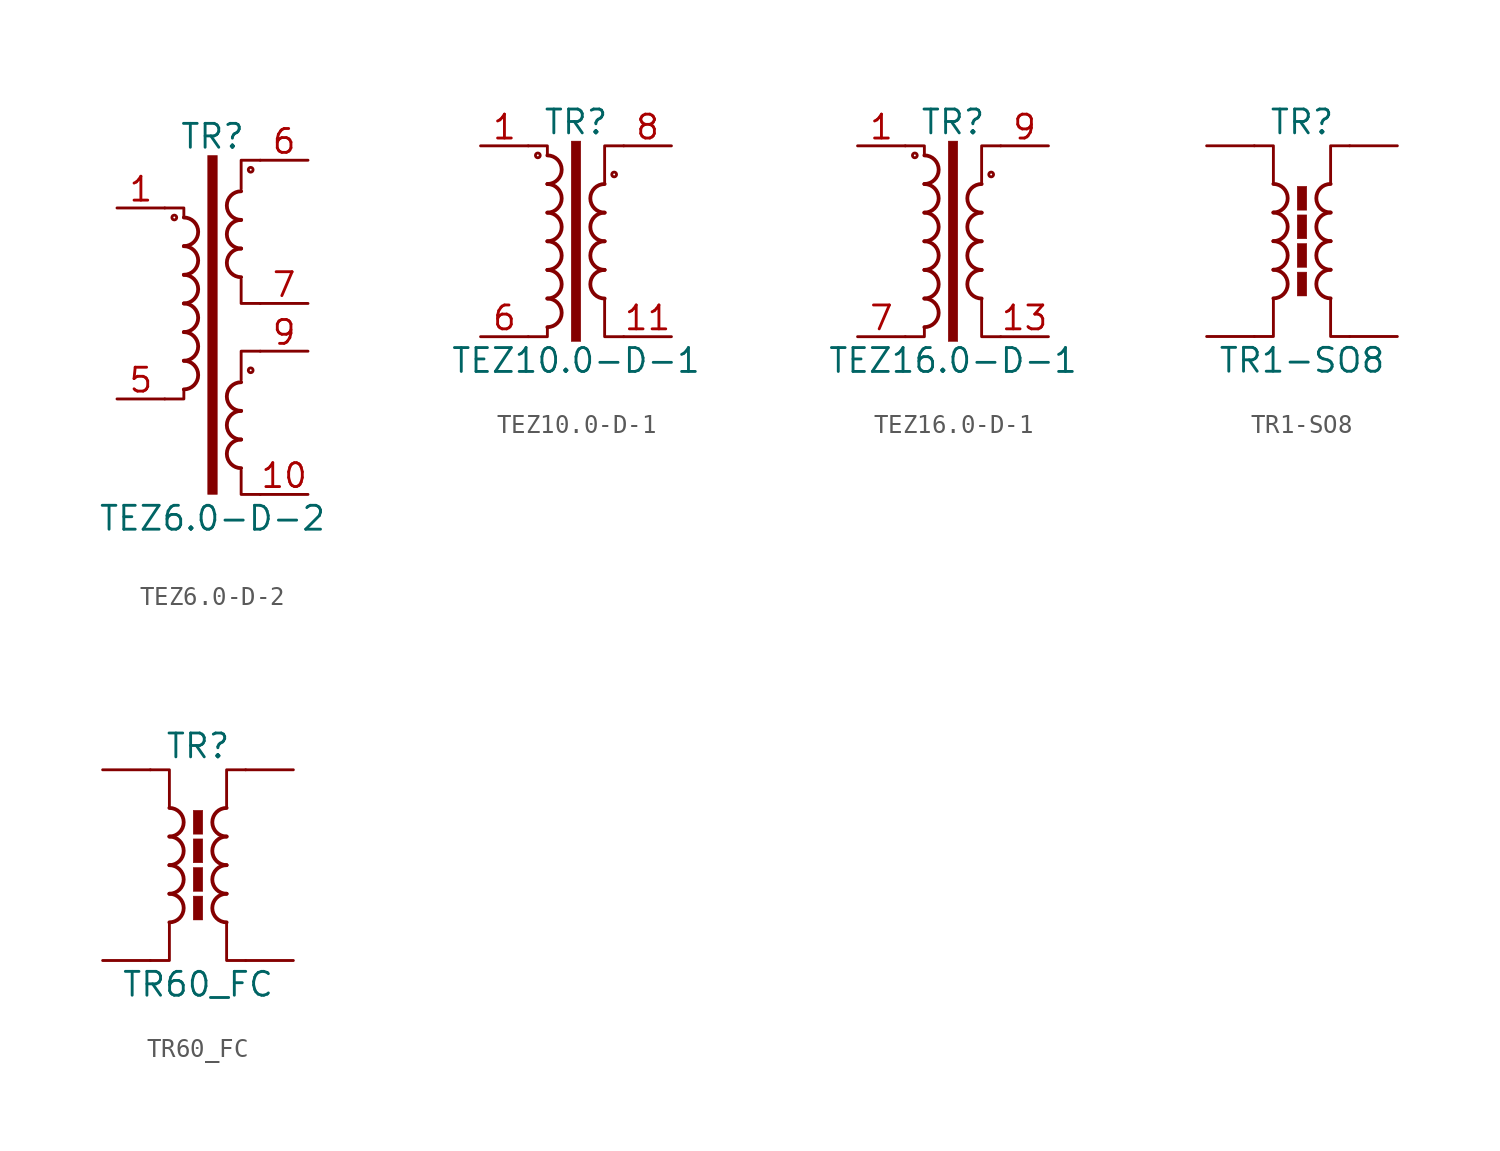
<source format=kicad_sym>
(kicad_symbol_lib
  (version 20241209)
  (generator "kicad_symbol_editor")
  (generator_version "9.0")
  (symbol "TEZ6.0-D-2"
    (pin_names
      (offset 0.025))
    (property "Reference" "TR"
      (at 0 8.89 0)
      (effects (font (size 1.27 1.27))))
    (property "Value" "TEZ6.0-D-2"
      (at 0 -11.43 0)
      (effects (font (size 1.27 1.27))))
    (symbol "TEZ6.0-D-2_0_1"
      (circle (center -2.032 4.572) (radius 0.127) (stroke (width 0) (type default)) (fill (type none)))
      (arc (start -1.524 4.572) (mid -0.7653 3.81) (end -1.524 3.048) (stroke (width 0.2032) (type default)) (fill (type none)))
      (arc (start -1.524 3.048) (mid -0.7653 2.286) (end -1.524 1.524) (stroke (width 0.2032) (type default)) (fill (type none)))
      (arc (start -1.524 1.524) (mid -0.7653 0.762) (end -1.524 0) (stroke (width 0.2032) (type default)) (fill (type none)))
      (arc (start -1.524 0) (mid -0.7653 -0.762) (end -1.524 -1.524) (stroke (width 0.2032) (type default)) (fill (type none)))
      (arc (start -1.524 -1.524) (mid -0.7653 -2.286) (end -1.524 -3.048) (stroke (width 0.2032) (type default)) (fill (type none)))
      (arc (start -1.524 -3.048) (mid -0.7653 -3.81) (end -1.524 -4.572) (stroke (width 0.2032) (type default)) (fill (type none)))
      (polyline (pts (xy -1.524 4.572) (xy -1.524 5.08) (xy -2.54 5.08)) (stroke (width 0) (type default)) (fill (type none)))
      (polyline (pts (xy -1.524 -4.572) (xy -1.524 -5.08) (xy -2.54 -5.08)) (stroke (width 0) (type default)) (fill (type none)))
      (rectangle (start -0.254 7.874) (end 0.254 -10.16) (stroke (width 0.025) (type default)) (fill (type outline)))
      (polyline (pts (xy 1.524 -8.89) (xy 1.524 -10.16) (xy 2.54 -10.16)) (stroke (width 0) (type default)) (fill (type none)))
      (arc (start 1.524 4.445) (mid 0.7653 5.207) (end 1.524 5.969) (stroke (width 0.2032) (type default)) (fill (type none)))
      (arc (start 1.524 2.921) (mid 0.7653 3.683) (end 1.524 4.445) (stroke (width 0.2032) (type default)) (fill (type none)))
      (arc (start 1.524 1.397) (mid 0.7653 2.159) (end 1.524 2.921) (stroke (width 0.2032) (type default)) (fill (type none)))
      (arc (start 1.524 -5.715) (mid 0.7653 -4.953) (end 1.524 -4.191) (stroke (width 0.2032) (type default)) (fill (type none)))
      (arc (start 1.524 -7.239) (mid 0.7653 -6.477) (end 1.524 -5.715) (stroke (width 0.2032) (type default)) (fill (type none)))
      (arc (start 1.524 -8.763) (mid 0.7653 -8.001) (end 1.524 -7.239) (stroke (width 0.2032) (type default)) (fill (type none)))
      (circle (center 2.032 7.112) (radius 0.127) (stroke (width 0) (type default)) (fill (type none)))
      (circle (center 2.032 -3.556) (radius 0.127) (stroke (width 0) (type default)) (fill (type none)))
      (polyline (pts (xy 2.54 7.62) (xy 1.524 7.62) (xy 1.524 6.096)) (stroke (width 0) (type default)) (fill (type none)))
      (polyline (pts (xy 2.54 0) (xy 1.524 0) (xy 1.524 1.27)) (stroke (width 0) (type default)) (fill (type none)))
      (polyline (pts (xy 2.54 -2.54) (xy 1.524 -2.54) (xy 1.524 -4.064)) (stroke (width 0) (type default)) (fill (type none))))
    (symbol "TEZ6.0-D-2_1_1"
      (pin passive line (at -5.08 5.08 0) (length 2.54) (name "~" (effects (font (size 1.27 1.27)))) (number "1" (effects (font (size 1.27 1.27)))))
      (pin passive line (at -5.08 -5.08 0) (length 2.54) (name "~" (effects (font (size 1.27 1.27)))) (number "5" (effects (font (size 1.27 1.27)))))
      (pin passive line (at 5.08 7.62 180) (length 2.54) (name "~" (effects (font (size 1.27 1.27)))) (number "6" (effects (font (size 1.27 1.27)))))
      (pin passive line (at 5.08 0 180) (length 2.54) (name "~" (effects (font (size 1.27 1.27)))) (number "7" (effects (font (size 1.27 1.27)))))
      (pin passive line (at 5.08 -2.54 180) (length 2.54) (name "~" (effects (font (size 1.27 1.27)))) (number "9" (effects (font (size 1.27 1.27)))))
      (pin passive line (at 5.08 -10.16 180) (length 2.54) (name "~" (effects (font (size 1.27 1.27)))) (number "10" (effects (font (size 1.27 1.27)))))))
  (symbol "TEZ10.0-D-1"
    (pin_names
      (offset 0.025))
    (property "Reference" "TR"
      (at 0 6.35 0)
      (effects (font (size 1.27 1.27))))
    (property "Value" "TEZ10.0-D-1"
      (at 0 -6.35 0)
      (effects (font (size 1.27 1.27))))
    (symbol "TEZ10.0-D-1_0_1"
      (circle (center -2.032 4.572) (radius 0.127) (stroke (width 0) (type default)) (fill (type none)))
      (arc (start -1.524 4.572) (mid -0.7653 3.81) (end -1.524 3.048) (stroke (width 0.2032) (type default)) (fill (type none)))
      (arc (start -1.524 3.048) (mid -0.7653 2.286) (end -1.524 1.524) (stroke (width 0.2032) (type default)) (fill (type none)))
      (arc (start -1.524 1.524) (mid -0.7653 0.762) (end -1.524 0) (stroke (width 0.2032) (type default)) (fill (type none)))
      (arc (start -1.524 0) (mid -0.7653 -0.762) (end -1.524 -1.524) (stroke (width 0.2032) (type default)) (fill (type none)))
      (arc (start -1.524 -1.524) (mid -0.7653 -2.286) (end -1.524 -3.048) (stroke (width 0.2032) (type default)) (fill (type none)))
      (arc (start -1.524 -3.048) (mid -0.7653 -3.81) (end -1.524 -4.572) (stroke (width 0.2032) (type default)) (fill (type none)))
      (polyline (pts (xy -1.524 4.572) (xy -1.524 5.08) (xy -2.54 5.08)) (stroke (width 0) (type default)) (fill (type none)))
      (polyline (pts (xy -1.524 -4.572) (xy -1.524 -5.08) (xy -2.54 -5.08)) (stroke (width 0) (type default)) (fill (type none)))
      (rectangle (start -0.254 5.334) (end 0.254 -5.334) (stroke (width 0.025) (type default)) (fill (type outline)))
      (polyline (pts (xy 1.524 3.048) (xy 1.524 5.08) (xy 2.54 5.08)) (stroke (width 0.152) (type default)) (fill (type none)))
      (arc (start 1.524 1.524) (mid 0.7653 2.286) (end 1.524 3.048) (stroke (width 0.2032) (type default)) (fill (type none)))
      (arc (start 1.524 0) (mid 0.7653 0.762) (end 1.524 1.524) (stroke (width 0.2032) (type default)) (fill (type none)))
      (arc (start 1.524 -1.524) (mid 0.7653 -0.762) (end 1.524 0) (stroke (width 0.2032) (type default)) (fill (type none)))
      (arc (start 1.524 -3.048) (mid 0.7653 -2.286) (end 1.524 -1.524) (stroke (width 0.2032) (type default)) (fill (type none)))
      (circle (center 2.032 3.556) (radius 0.127) (stroke (width 0) (type default)) (fill (type none)))
      (polyline (pts (xy 2.54 -5.08) (xy 1.524 -5.08) (xy 1.524 -3.048)) (stroke (width 0.152) (type default)) (fill (type none))))
    (symbol "TEZ10.0-D-1_1_1"
      (pin passive line (at -5.08 5.08 0) (length 2.54) (name "~" (effects (font (size 1.27 1.27)))) (number "1" (effects (font (size 1.27 1.27)))))
      (pin passive line (at -5.08 -5.08 0) (length 2.54) (name "~" (effects (font (size 1.27 1.27)))) (number "6" (effects (font (size 1.27 1.27)))))
      (pin passive line (at 5.08 5.08 180) (length 2.54) (name "~" (effects (font (size 1.27 1.27)))) (number "8" (effects (font (size 1.27 1.27)))))
      (pin passive line (at 5.08 -5.08 180) (length 2.54) (name "~" (effects (font (size 1.27 1.27)))) (number "11" (effects (font (size 1.27 1.27)))))))
  (symbol "TEZ16.0-D-1"
    (pin_names
      (offset 0.025))
    (property "Reference" "TR"
      (at 0 6.35 0)
      (effects (font (size 1.27 1.27))))
    (property "Value" "TEZ16.0-D-1"
      (at 0 -6.35 0)
      (effects (font (size 1.27 1.27))))
    (symbol "TEZ16.0-D-1_0_1"
      (circle (center -2.032 4.572) (radius 0.127) (stroke (width 0) (type default)) (fill (type none)))
      (arc (start -1.524 4.572) (mid -0.7653 3.81) (end -1.524 3.048) (stroke (width 0.2032) (type default)) (fill (type none)))
      (arc (start -1.524 3.048) (mid -0.7653 2.286) (end -1.524 1.524) (stroke (width 0.2032) (type default)) (fill (type none)))
      (arc (start -1.524 1.524) (mid -0.7653 0.762) (end -1.524 0) (stroke (width 0.2032) (type default)) (fill (type none)))
      (arc (start -1.524 0) (mid -0.7653 -0.762) (end -1.524 -1.524) (stroke (width 0.2032) (type default)) (fill (type none)))
      (arc (start -1.524 -1.524) (mid -0.7653 -2.286) (end -1.524 -3.048) (stroke (width 0.2032) (type default)) (fill (type none)))
      (arc (start -1.524 -3.048) (mid -0.7653 -3.81) (end -1.524 -4.572) (stroke (width 0.2032) (type default)) (fill (type none)))
      (polyline (pts (xy -1.524 4.572) (xy -1.524 5.08) (xy -2.54 5.08)) (stroke (width 0) (type default)) (fill (type none)))
      (polyline (pts (xy -1.524 -4.572) (xy -1.524 -5.08) (xy -2.54 -5.08)) (stroke (width 0) (type default)) (fill (type none)))
      (rectangle (start -0.254 5.334) (end 0.254 -5.334) (stroke (width 0.025) (type default)) (fill (type outline)))
      (polyline (pts (xy 1.524 3.048) (xy 1.524 5.08) (xy 2.54 5.08)) (stroke (width 0.152) (type default)) (fill (type none)))
      (arc (start 1.524 1.524) (mid 0.7653 2.286) (end 1.524 3.048) (stroke (width 0.2032) (type default)) (fill (type none)))
      (arc (start 1.524 0) (mid 0.7653 0.762) (end 1.524 1.524) (stroke (width 0.2032) (type default)) (fill (type none)))
      (arc (start 1.524 -1.524) (mid 0.7653 -0.762) (end 1.524 0) (stroke (width 0.2032) (type default)) (fill (type none)))
      (arc (start 1.524 -3.048) (mid 0.7653 -2.286) (end 1.524 -1.524) (stroke (width 0.2032) (type default)) (fill (type none)))
      (circle (center 2.032 3.556) (radius 0.127) (stroke (width 0) (type default)) (fill (type none)))
      (polyline (pts (xy 2.54 -5.08) (xy 1.524 -5.08) (xy 1.524 -3.048)) (stroke (width 0.152) (type default)) (fill (type none))))
    (symbol "TEZ16.0-D-1_1_1"
      (pin passive line (at -5.08 5.08 0) (length 2.54) (name "~" (effects (font (size 1.27 1.27)))) (number "1" (effects (font (size 1.27 1.27)))))
      (pin passive line (at -5.08 -5.08 0) (length 2.54) (name "~" (effects (font (size 1.27 1.27)))) (number "7" (effects (font (size 1.27 1.27)))))
      (pin passive line (at 5.08 5.08 180) (length 2.54) (name "~" (effects (font (size 1.27 1.27)))) (number "9" (effects (font (size 1.27 1.27)))))
      (pin passive line (at 5.08 -5.08 180) (length 2.54) (name "~" (effects (font (size 1.27 1.27)))) (number "13" (effects (font (size 1.27 1.27)))))))
  (symbol "TR1-SO8"
    (pin_numbers
      (hide yes))
    (pin_names
      (offset 0))
    (property "Reference" "TR"
      (at 0 6.35 0)
      (effects (font (size 1.27 1.27))))
    (property "Value" "TR1-SO8"
      (at 0 -6.35 0)
      (effects (font (size 1.27 1.27))))
    (symbol "TR1-SO8_0_1"
      (polyline (pts (xy -2.54 5.08) (xy -1.524 5.08) (xy -1.524 3.048)) (stroke (width 0.152) (type default)) (fill (type none)))
      (arc (start -1.524 3.048) (mid -0.7653 2.286) (end -1.524 1.524) (stroke (width 0.2032) (type default)) (fill (type none)))
      (arc (start -1.524 1.524) (mid -0.7653 0.762) (end -1.524 0) (stroke (width 0.2032) (type default)) (fill (type none)))
      (arc (start -1.524 0) (mid -0.7653 -0.762) (end -1.524 -1.524) (stroke (width 0.2032) (type default)) (fill (type none)))
      (arc (start -1.524 -1.524) (mid -0.7653 -2.286) (end -1.524 -3.048) (stroke (width 0.2032) (type default)) (fill (type none)))
      (polyline (pts (xy -1.524 -3.048) (xy -1.524 -5.08) (xy -2.54 -5.08)) (stroke (width 0.152) (type default)) (fill (type none)))
      (rectangle (start -0.254 2.921) (end 0.254 1.651) (stroke (width 0.025) (type default)) (fill (type outline)))
      (rectangle (start -0.254 1.397) (end 0.254 0.127) (stroke (width 0.025) (type default)) (fill (type outline)))
      (rectangle (start -0.254 -0.127) (end 0.254 -1.397) (stroke (width 0.025) (type default)) (fill (type outline)))
      (rectangle (start -0.254 -1.651) (end 0.254 -2.921) (stroke (width 0.025) (type default)) (fill (type outline)))
      (polyline (pts (xy 1.524 3.048) (xy 1.524 5.08) (xy 2.54 5.08)) (stroke (width 0.152) (type default)) (fill (type none)))
      (arc (start 1.524 1.524) (mid 0.7653 2.286) (end 1.524 3.048) (stroke (width 0.2032) (type default)) (fill (type none)))
      (arc (start 1.524 0) (mid 0.7653 0.762) (end 1.524 1.524) (stroke (width 0.2032) (type default)) (fill (type none)))
      (arc (start 1.524 -1.524) (mid 0.7653 -0.762) (end 1.524 0) (stroke (width 0.2032) (type default)) (fill (type none)))
      (arc (start 1.524 -3.048) (mid 0.7653 -2.286) (end 1.524 -1.524) (stroke (width 0.2032) (type default)) (fill (type none)))
      (polyline (pts (xy 2.54 -5.08) (xy 1.524 -5.08) (xy 1.524 -3.048)) (stroke (width 0.152) (type default)) (fill (type none))))
    (symbol "TR1-SO8_1_1"
      (pin passive line (at -5.08 5.08 0) (length 2.54) (name "~" (effects (font (size 1.27 1.27)))) (number "1" (effects (font (size 1.27 1.27)))))
      (pin passive line (at -5.08 -5.08 0) (length 2.54) (name "~" (effects (font (size 1.27 1.27)))) (number "4" (effects (font (size 1.27 1.27)))))
      (pin passive line (at 5.08 5.08 180) (length 2.54) (name "~" (effects (font (size 1.27 1.27)))) (number "8" (effects (font (size 1.27 1.27)))))
      (pin passive line (at 5.08 -5.08 180) (length 2.54) (name "~" (effects (font (size 1.27 1.27)))) (number "5" (effects (font (size 1.27 1.27)))))))
  (symbol "TR60_FC"
    (pin_numbers
      (hide yes))
    (pin_names
      (offset 0))
    (property "Reference" "TR"
      (at 0 6.35 0)
      (effects (font (size 1.27 1.27))))
    (property "Value" "TR60_FC"
      (at 0 -6.35 0)
      (effects (font (size 1.27 1.27))))
    (symbol "TR60_FC_0_1"
      (polyline (pts (xy -2.54 5.08) (xy -1.524 5.08) (xy -1.524 3.048)) (stroke (width 0.152) (type default)) (fill (type none)))
      (arc (start -1.524 3.048) (mid -0.7653 2.286) (end -1.524 1.524) (stroke (width 0.2032) (type default)) (fill (type none)))
      (arc (start -1.524 1.524) (mid -0.7653 0.762) (end -1.524 0) (stroke (width 0.2032) (type default)) (fill (type none)))
      (arc (start -1.524 0) (mid -0.7653 -0.762) (end -1.524 -1.524) (stroke (width 0.2032) (type default)) (fill (type none)))
      (arc (start -1.524 -1.524) (mid -0.7653 -2.286) (end -1.524 -3.048) (stroke (width 0.2032) (type default)) (fill (type none)))
      (polyline (pts (xy -1.524 -3.048) (xy -1.524 -5.08) (xy -2.54 -5.08)) (stroke (width 0.152) (type default)) (fill (type none)))
      (rectangle (start -0.254 2.921) (end 0.254 1.651) (stroke (width 0.025) (type default)) (fill (type outline)))
      (rectangle (start -0.254 1.397) (end 0.254 0.127) (stroke (width 0.025) (type default)) (fill (type outline)))
      (rectangle (start -0.254 -0.127) (end 0.254 -1.397) (stroke (width 0.025) (type default)) (fill (type outline)))
      (rectangle (start -0.254 -1.651) (end 0.254 -2.921) (stroke (width 0.025) (type default)) (fill (type outline)))
      (polyline (pts (xy 1.524 3.048) (xy 1.524 5.08) (xy 2.54 5.08)) (stroke (width 0.152) (type default)) (fill (type none)))
      (arc (start 1.524 1.524) (mid 0.7653 2.286) (end 1.524 3.048) (stroke (width 0.2032) (type default)) (fill (type none)))
      (arc (start 1.524 0) (mid 0.7653 0.762) (end 1.524 1.524) (stroke (width 0.2032) (type default)) (fill (type none)))
      (arc (start 1.524 -1.524) (mid 0.7653 -0.762) (end 1.524 0) (stroke (width 0.2032) (type default)) (fill (type none)))
      (arc (start 1.524 -3.048) (mid 0.7653 -2.286) (end 1.524 -1.524) (stroke (width 0.2032) (type default)) (fill (type none)))
      (polyline (pts (xy 2.54 -5.08) (xy 1.524 -5.08) (xy 1.524 -3.048)) (stroke (width 0.152) (type default)) (fill (type none))))
    (symbol "TR60_FC_1_1"
      (pin passive line (at -5.08 5.08 0) (length 2.54) (name "~" (effects (font (size 1.27 1.27)))) (number "1" (effects (font (size 1.27 1.27)))))
      (pin passive line (at -5.08 -5.08 0) (length 2.54) (name "~" (effects (font (size 1.27 1.27)))) (number "2" (effects (font (size 1.27 1.27)))))
      (pin passive line (at 5.08 5.08 180) (length 2.54) (name "~" (effects (font (size 1.27 1.27)))) (number "3" (effects (font (size 1.27 1.27)))))
      (pin passive line (at 5.08 -5.08 180) (length 2.54) (name "~" (effects (font (size 1.27 1.27)))) (number "4" (effects (font (size 1.27 1.27))))))))
</source>
